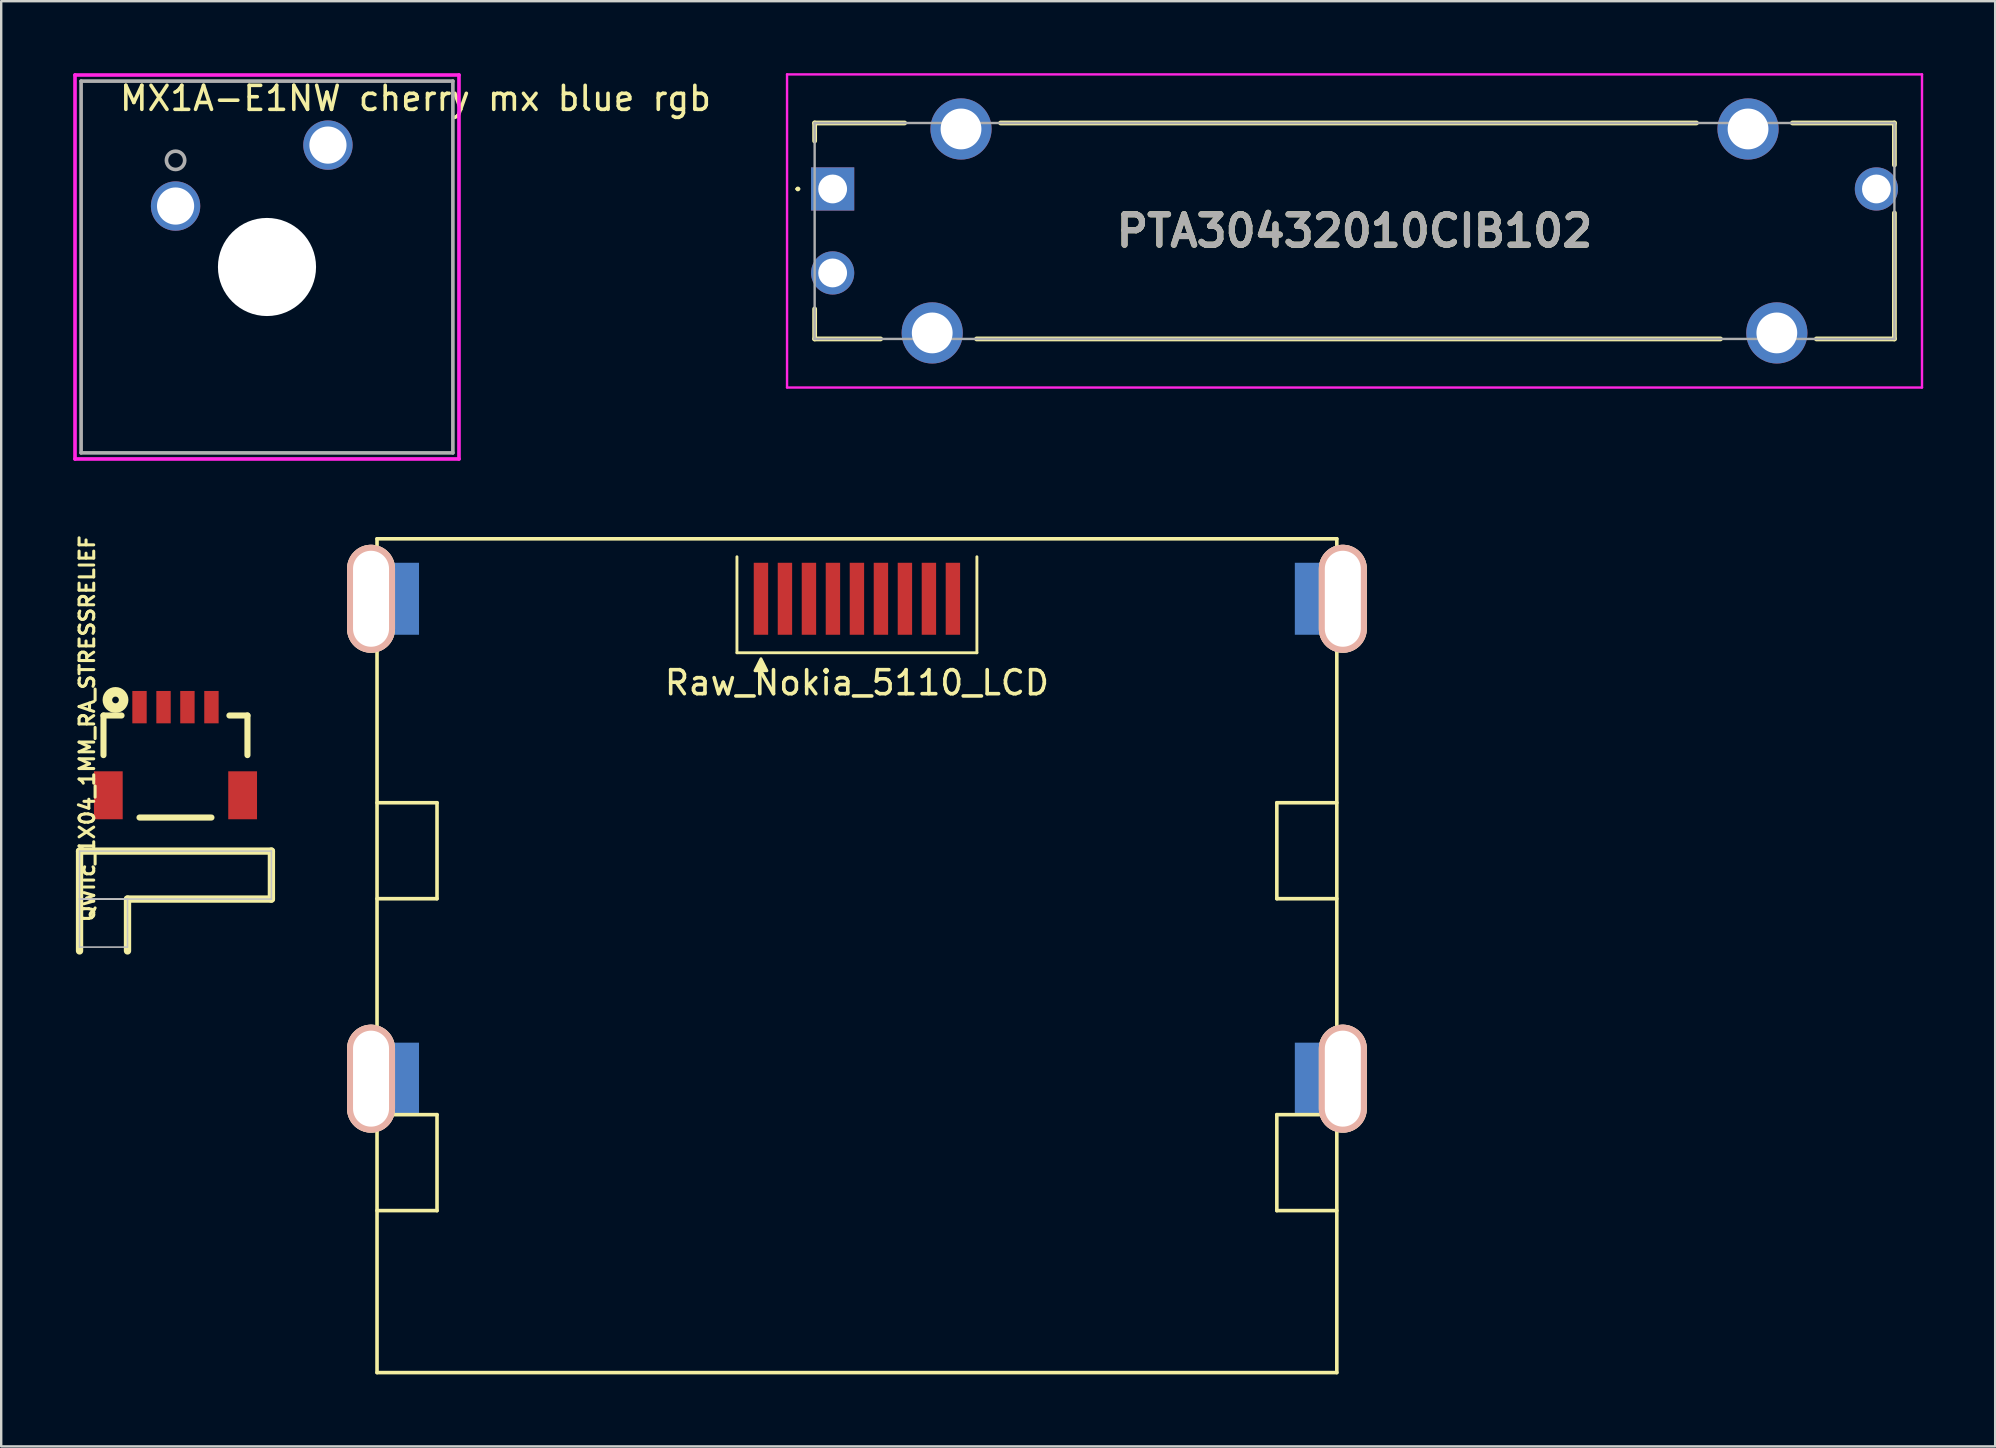
<source format=kicad_pcb>
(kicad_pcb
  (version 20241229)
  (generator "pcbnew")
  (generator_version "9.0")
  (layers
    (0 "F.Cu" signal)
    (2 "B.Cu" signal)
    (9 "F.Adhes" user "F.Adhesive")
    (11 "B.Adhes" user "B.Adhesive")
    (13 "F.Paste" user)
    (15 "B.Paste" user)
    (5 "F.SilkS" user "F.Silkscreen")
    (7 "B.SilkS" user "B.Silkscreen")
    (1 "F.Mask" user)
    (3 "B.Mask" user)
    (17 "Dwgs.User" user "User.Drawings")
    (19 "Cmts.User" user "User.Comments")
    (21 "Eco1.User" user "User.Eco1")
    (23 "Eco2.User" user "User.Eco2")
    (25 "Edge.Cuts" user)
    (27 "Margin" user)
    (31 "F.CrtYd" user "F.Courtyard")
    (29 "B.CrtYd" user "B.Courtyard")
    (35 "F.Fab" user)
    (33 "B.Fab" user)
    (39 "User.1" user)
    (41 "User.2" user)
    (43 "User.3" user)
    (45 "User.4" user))
  (footprint "MX1A-E1NW cherry mx blue rgb"
    (layer "F.Cu")
    (at 4.267 5.537)
    (property "Reference" "MX1A-E1NW cherry mx blue rgb" (at 9.999 -4.486 180) (layer "F.SilkS") (effects (font (size 1 1) (thickness 0.15))))
    (attr through_hole)
    (fp_line (start -4.191 -5.461) (end -4.191 10.541) (stroke (width 0.152) (type solid)) (layer "F.CrtYd"))
    (fp_line (start -4.191 10.541) (end 11.811 10.541) (stroke (width 0.152) (type solid)) (layer "F.CrtYd"))
    (fp_line (start 11.811 -5.461) (end -4.191 -5.461) (stroke (width 0.152) (type solid)) (layer "F.CrtYd"))
    (fp_line (start 11.811 10.541) (end 11.811 -5.461) (stroke (width 0.152) (type solid)) (layer "F.CrtYd"))
    (fp_line (start -3.937 -5.207) (end -3.937 10.287) (stroke (width 0.152) (type solid)) (layer "F.Fab"))
    (fp_line (start -3.937 10.287) (end 11.557 10.287) (stroke (width 0.152) (type solid)) (layer "F.Fab"))
    (fp_line (start 11.557 -5.207) (end -3.937 -5.207) (stroke (width 0.152) (type solid)) (layer "F.Fab"))
    (fp_line (start 11.557 10.287) (end 11.557 -5.207) (stroke (width 0.152) (type solid)) (layer "F.Fab"))
    (fp_circle (center 0 -1.905) (end 0.381 -1.905) (stroke (width 0.152) (type solid)) (fill no) (layer "F.Fab"))
    (fp_text user "Copyright 2016 Accelerated Designs. All rights reserved." (at 0 0 180) (layer "Cmts.User") (effects (font (size 0.127 0.127) (thickness 0.002))))
    (pad "" np_thru_hole circle (at 3.81 2.54) (size 4.089 4.089) (drill 4.089) (layers "*.Cu" "*.Mask"))
    (pad "1" thru_hole circle (at 0 0) (size 2.057 2.057) (drill 1.549) (layers "*.Cu" "*.Mask"))
    (pad "2" thru_hole circle (at 6.35 -2.54) (size 2.057 2.057) (drill 1.549) (layers "*.Cu" "*.Mask")))
  (footprint "Raw_Nokia_5110_LCD"
    (layer "F.Cu")
    (at 32.663 19.404)
    (property "Reference" "Raw_Nokia_5110_LCD" (at 0 6 0) (layer "F.SilkS") (effects (font (size 1 1) (thickness 0.15))))
    (attr through_hole)
    (fp_line (start -20 0) (end -20 34.75) (stroke (width 0.15) (type solid)) (layer "F.SilkS"))
    (fp_line (start -20 0) (end 20 0) (stroke (width 0.15) (type solid)) (layer "F.SilkS"))
    (fp_line (start -20 11) (end -17.5 11) (stroke (width 0.15) (type solid)) (layer "F.SilkS"))
    (fp_line (start -20 24) (end -17.5 24) (stroke (width 0.15) (type solid)) (layer "F.SilkS"))
    (fp_line (start -17.5 11) (end -17.5 15) (stroke (width 0.15) (type solid)) (layer "F.SilkS"))
    (fp_line (start -17.5 15) (end -20 15) (stroke (width 0.15) (type solid)) (layer "F.SilkS"))
    (fp_line (start -17.5 24) (end -17.5 28) (stroke (width 0.15) (type solid)) (layer "F.SilkS"))
    (fp_line (start -17.5 28) (end -20 28) (stroke (width 0.15) (type solid)) (layer "F.SilkS"))
    (fp_line (start -5 0.75) (end -5 4.75) (stroke (width 0.12) (type solid)) (layer "F.SilkS"))
    (fp_line (start -5 4.75) (end 5 4.75) (stroke (width 0.12) (type solid)) (layer "F.SilkS"))
    (fp_line (start 5 4.75) (end 5 0.75) (stroke (width 0.12) (type solid)) (layer "F.SilkS"))
    (fp_line (start 17.5 11) (end 17.5 15) (stroke (width 0.15) (type solid)) (layer "F.SilkS"))
    (fp_line (start 17.5 15) (end 20 15) (stroke (width 0.15) (type solid)) (layer "F.SilkS"))
    (fp_line (start 17.5 24) (end 17.5 28) (stroke (width 0.15) (type solid)) (layer "F.SilkS"))
    (fp_line (start 17.5 28) (end 20 28) (stroke (width 0.15) (type solid)) (layer "F.SilkS"))
    (fp_line (start 20 0) (end 20 34.75) (stroke (width 0.15) (type solid)) (layer "F.SilkS"))
    (fp_line (start 20 11) (end 17.5 11) (stroke (width 0.15) (type solid)) (layer "F.SilkS"))
    (fp_line (start 20 24) (end 17.5 24) (stroke (width 0.15) (type solid)) (layer "F.SilkS"))
    (fp_line (start 20 34.75) (end -20 34.75) (stroke (width 0.15) (type solid)) (layer "F.SilkS"))
    (fp_poly (pts (xy -3.75 5.5) (xy -4.25 5.5) (xy -4 5)) (stroke (width 0.12) (type solid)) (fill yes) (layer "F.SilkS"))
    (pad "" thru_hole oval (at -20.25 2.5) (size 2 4.5) (drill oval 1.5 4) (layers "*.Cu" "*.SilkS" "*.Mask"))
    (pad "" thru_hole oval (at -20.25 22.5) (size 2 4.5) (drill oval 1.5 4) (layers "*.Cu" "*.SilkS" "*.Mask"))
    (pad "" smd rect (at -19 2.5) (size 1.5 3) (layers "B.Cu" "B.Mask"))
    (pad "" smd rect (at -19 22.5) (size 1.5 3) (layers "B.Cu" "B.Mask"))
    (pad "" smd rect (at 19 2.5) (size 1.5 3) (layers "B.Cu" "B.Mask"))
    (pad "" smd rect (at 19 22.5) (size 1.5 3) (layers "B.Cu" "B.Mask"))
    (pad "" thru_hole oval (at 20.25 2.5) (size 2 4.5) (drill oval 1.5 4) (layers "*.Cu" "*.SilkS" "*.Mask"))
    (pad "" thru_hole oval (at 20.25 22.5) (size 2 4.5) (drill oval 1.5 4) (layers "*.Cu" "*.SilkS" "*.Mask"))
    (pad "1" smd rect (at -4 2.5) (size 0.6 3) (layers "F.Cu" "F.Mask"))
    (pad "2" smd rect (at -3 2.5) (size 0.6 3) (layers "F.Cu" "F.Mask"))
    (pad "3" smd rect (at -2 2.5) (size 0.6 3) (layers "F.Cu" "F.Mask"))
    (pad "4" smd rect (at -1 2.5) (size 0.6 3) (layers "F.Cu" "F.Mask"))
    (pad "5" smd rect (at 0 2.5) (size 0.6 3) (layers "F.Cu" "F.Mask"))
    (pad "6" smd rect (at 1 2.5) (size 0.6 3) (layers "F.Cu" "F.Mask"))
    (pad "7" smd rect (at 2 2.5) (size 0.6 3) (layers "F.Cu" "F.Mask"))
    (pad "8" smd rect (at 3 2.5) (size 0.6 3) (layers "F.Cu" "F.Mask"))
    (pad "9" smd rect (at 4 2.5) (size 0.6 3) (layers "F.Cu" "F.Mask")))
  (footprint "Qwiic_1X04_1MM_RA_STRESSRELIEF"
    (layer "F.Cu")
    (at 4.263 26.421)
    (property "Reference" "Qwiic_1X04_1MM_RA_STRESSRELIEF" (at -3.683 0.889 90) (layer "F.SilkS") (effects (font (size 0.61 0.61) (thickness 0.127))))
    (attr smd)
    (fp_line (start -3.998 5.999) (end -3.998 10.16) (stroke (width 0.305) (type solid)) (layer "F.SilkS"))
    (fp_line (start -3 0.348) (end -2.248 0.348) (stroke (width 0.254) (type solid)) (layer "F.SilkS"))
    (fp_line (start -3 1.999) (end -3 0.348) (stroke (width 0.254) (type solid)) (layer "F.SilkS"))
    (fp_line (start -1.999 7.998) (end 3.998 7.998) (stroke (width 0.305) (type solid)) (layer "F.SilkS"))
    (fp_line (start -1.999 10.16) (end -1.999 7.998) (stroke (width 0.305) (type solid)) (layer "F.SilkS"))
    (fp_line (start -1.499 4.6) (end 1.499 4.6) (stroke (width 0.254) (type solid)) (layer "F.SilkS"))
    (fp_line (start 2.248 0.348) (end 3 0.348) (stroke (width 0.254) (type solid)) (layer "F.SilkS"))
    (fp_line (start 3 0.348) (end 3 1.999) (stroke (width 0.254) (type solid)) (layer "F.SilkS"))
    (fp_line (start 3.998 5.999) (end -3.998 5.999) (stroke (width 0.305) (type solid)) (layer "F.SilkS"))
    (fp_line (start 3.998 7.998) (end 3.998 5.999) (stroke (width 0.305) (type solid)) (layer "F.SilkS"))
    (fp_circle (center -2.499 -0.3) (end -2.499 -0.439) (stroke (width 0.399) (type solid)) (fill no) (layer "F.SilkS"))
    (fp_line (start -3.998 5.999) (end 3.998 5.999) (stroke (width 0.066) (type solid)) (layer "Dwgs.User"))
    (fp_line (start -3.998 7.998) (end -3.998 5.999) (stroke (width 0.066) (type solid)) (layer "Dwgs.User"))
    (fp_line (start -3.998 7.998) (end -1.999 7.998) (stroke (width 0.066) (type solid)) (layer "Dwgs.User"))
    (fp_line (start -3.998 7.998) (end 3.998 7.998) (stroke (width 0.066) (type solid)) (layer "Dwgs.User"))
    (fp_line (start -3.998 10) (end -3.998 7.998) (stroke (width 0.066) (type solid)) (layer "Dwgs.User"))
    (fp_line (start -3.998 10) (end -1.999 10) (stroke (width 0.066) (type solid)) (layer "Dwgs.User"))
    (fp_line (start -1.999 10) (end -1.999 7.998) (stroke (width 0.066) (type solid)) (layer "Dwgs.User"))
    (fp_line (start 3.998 7.998) (end 3.998 5.999) (stroke (width 0.066) (type solid)) (layer "Dwgs.User"))
    (pad "1" smd rect (at -1.499 0) (size 0.599 1.349) (layers "F.Cu" "F.Mask" "F.Paste"))
    (pad "2" smd rect (at -0.498 0) (size 0.599 1.349) (layers "F.Cu" "F.Mask" "F.Paste"))
    (pad "3" smd rect (at 0.498 0) (size 0.599 1.349) (layers "F.Cu" "F.Mask" "F.Paste"))
    (pad "4" smd rect (at 1.499 0) (size 0.599 1.349) (layers "F.Cu" "F.Mask" "F.Paste"))
    (pad "NC1" smd rect (at 2.799 3.673) (size 1.199 1.999) (layers "F.Cu" "F.Mask" "F.Paste"))
    (pad "NC2" smd rect (at -2.799 3.673) (size 1.199 1.999) (layers "F.Cu" "F.Mask" "F.Paste")))
  (footprint "PTA30432010CIB102"
    (layer "F.Cu")
    (at 31.651 4.825)
    (property "Reference" "PTA30432010CIB102" (at 21.75 1.75 0) (layer "F.SilkS") (effects (font (size 1.27 1.27) (thickness 0.254))))
    (attr through_hole)
    (fp_line (start -1.5 0) (end -1.5 0) (stroke (width 0.1) (type solid)) (layer "F.SilkS"))
    (fp_line (start -1.4 0) (end -1.4 0) (stroke (width 0.1) (type solid)) (layer "F.SilkS"))
    (fp_line (start -0.75 -2.75) (end 3 -2.75) (stroke (width 0.2) (type solid)) (layer "F.SilkS"))
    (fp_line (start -0.75 -2) (end -0.75 -2.75) (stroke (width 0.2) (type solid)) (layer "F.SilkS"))
    (fp_line (start -0.75 5) (end -0.75 6.25) (stroke (width 0.2) (type solid)) (layer "F.SilkS"))
    (fp_line (start -0.75 6.25) (end 2 6.25) (stroke (width 0.2) (type solid)) (layer "F.SilkS"))
    (fp_line (start 6 6.25) (end 37 6.25) (stroke (width 0.2) (type solid)) (layer "F.SilkS"))
    (fp_line (start 7 -2.75) (end 36 -2.75) (stroke (width 0.2) (type solid)) (layer "F.SilkS"))
    (fp_line (start 40 -2.75) (end 44.25 -2.75) (stroke (width 0.2) (type solid)) (layer "F.SilkS"))
    (fp_line (start 41 6.25) (end 44.25 6.25) (stroke (width 0.2) (type solid)) (layer "F.SilkS"))
    (fp_line (start 44.25 -2.75) (end 44.25 -1) (stroke (width 0.2) (type solid)) (layer "F.SilkS"))
    (fp_line (start 44.25 6.25) (end 44.25 1) (stroke (width 0.2) (type solid)) (layer "F.SilkS"))
    (fp_arc (start -1.5 0) (mid -1.45 -0.05) (end -1.4 0) (stroke (width 0.1) (type solid)) (layer "F.SilkS"))
    (fp_arc (start -1.4 0) (mid -1.45 0.05) (end -1.5 0) (stroke (width 0.1) (type solid)) (layer "F.SilkS"))
    (fp_line (start -1.9 -4.775) (end 45.4 -4.775) (stroke (width 0.1) (type solid)) (layer "F.CrtYd"))
    (fp_line (start -1.9 8.275) (end -1.9 -4.775) (stroke (width 0.1) (type solid)) (layer "F.CrtYd"))
    (fp_line (start 45.4 -4.775) (end 45.4 8.275) (stroke (width 0.1) (type solid)) (layer "F.CrtYd"))
    (fp_line (start 45.4 8.275) (end -1.9 8.275) (stroke (width 0.1) (type solid)) (layer "F.CrtYd"))
    (fp_line (start -0.75 -2.75) (end 44.25 -2.75) (stroke (width 0.1) (type solid)) (layer "F.Fab"))
    (fp_line (start -0.75 6.25) (end -0.75 -2.75) (stroke (width 0.1) (type solid)) (layer "F.Fab"))
    (fp_line (start 44.25 -2.75) (end 44.25 6.25) (stroke (width 0.1) (type solid)) (layer "F.Fab"))
    (fp_line (start 44.25 6.25) (end -0.75 6.25) (stroke (width 0.1) (type solid)) (layer "F.Fab"))
    (fp_text user "${REFERENCE}" (at 21.75 1.75 0) (layer "F.Fab") (effects (font (size 1.27 1.27) (thickness 0.254))))
    (pad "1" thru_hole rect (at 0 0) (size 1.8 1.8) (drill 1.2) (layers "*.Cu" "*.Mask"))
    (pad "2" thru_hole circle (at 0 3.5) (size 1.8 1.8) (drill 1.2) (layers "*.Cu" "*.Mask"))
    (pad "3" thru_hole circle (at 43.5 0) (size 1.8 1.8) (drill 1.2) (layers "*.Cu" "*.Mask"))
    (pad "MH1" thru_hole circle (at 5.35 -2.5) (size 2.55 2.55) (drill 1.7) (layers "*.Cu" "*.Mask"))
    (pad "MH2" thru_hole circle (at 38.15 -2.5) (size 2.55 2.55) (drill 1.7) (layers "*.Cu" "*.Mask"))
    (pad "MH3" thru_hole circle (at 4.15 6) (size 2.55 2.55) (drill 1.7) (layers "*.Cu" "*.Mask"))
    (pad "MH4" thru_hole circle (at 39.35 6) (size 2.55 2.55) (drill 1.7) (layers "*.Cu" "*.Mask")))
  (gr_rect
    (start -3 -3)
    (end 80.101 57.229)
    (stroke (width 0.1) (type default))
    (fill no)
    (layer "Edge.Cuts")))
</source>
